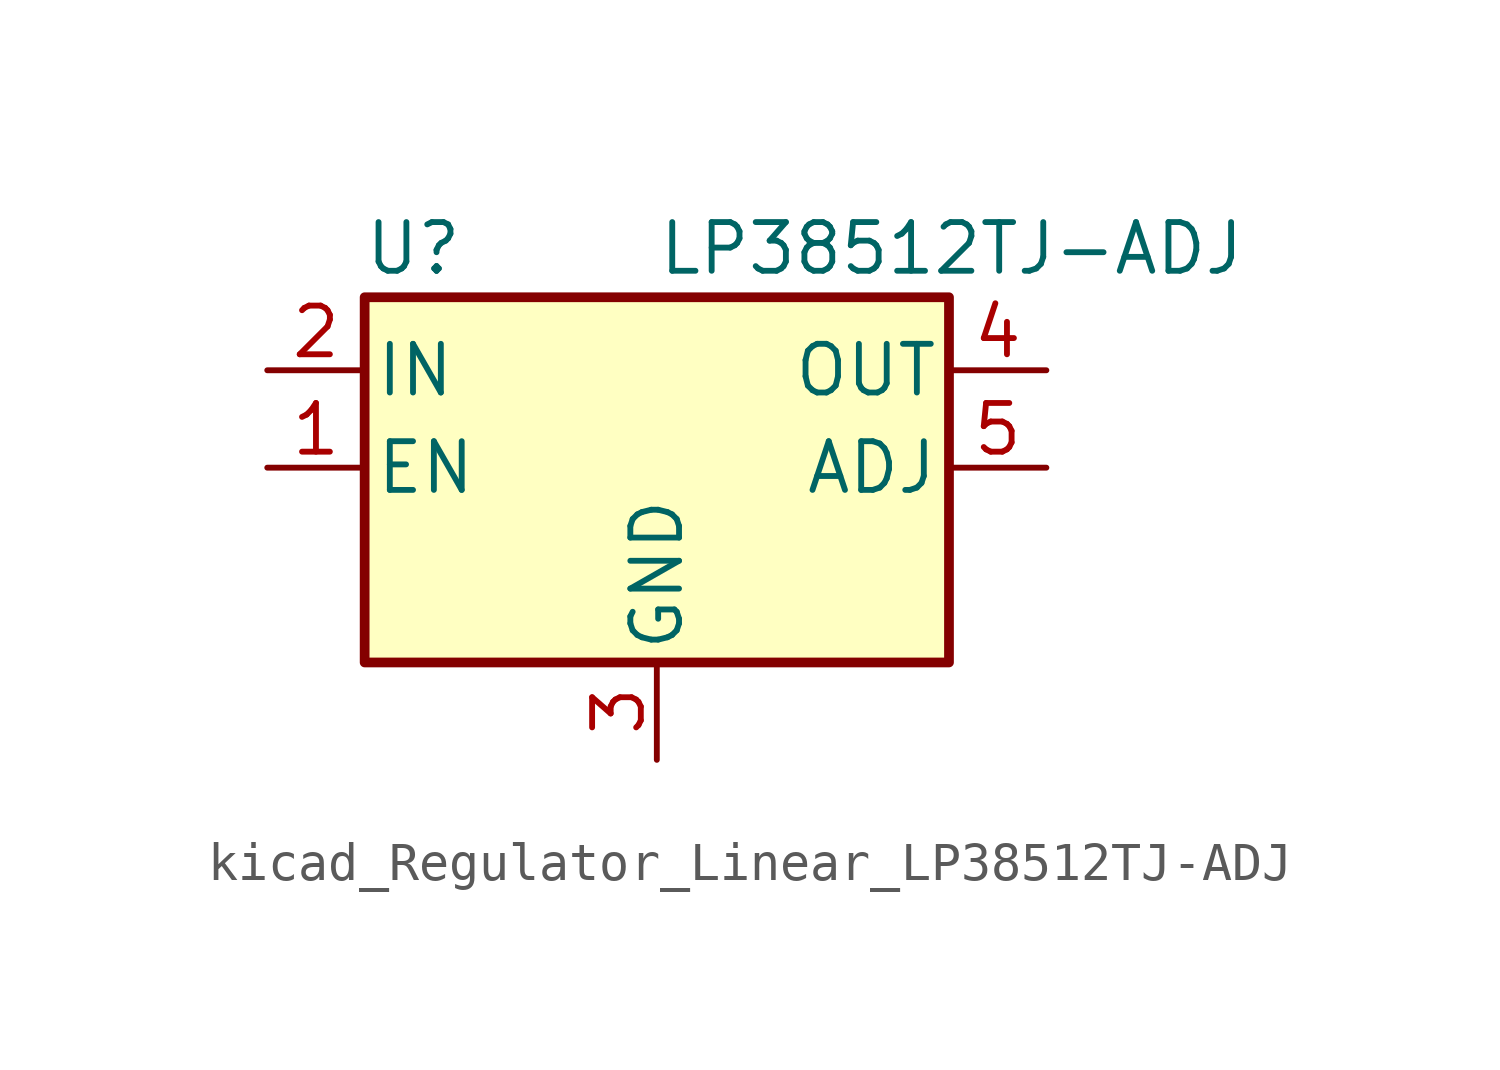
<source format=kicad_sym>
(kicad_symbol_lib
  (version 20220914)
  (generator kicad_symbol_editor)
  (symbol "kicad_Regulator_Linear_LP38512TJ-ADJ"
    (pin_names
      (offset 0.254))
    (property "Reference" "U"
      (at -6.35 5.715 0)
      (effects (font (size 1.27 1.27))))
    (property "Value" "LP38512TJ-ADJ"
      (at 0 5.715 0)
      (effects (font (size 1.27 1.27)) (justify left)))
    (symbol "kicad_Regulator_Linear_LP38512TJ-ADJ_0_1"
      (rectangle (start -7.62 -5.08) (end 7.62 4.445) (stroke (width 0.254) (type default)) (fill (type background))))
    (symbol "kicad_Regulator_Linear_LP38512TJ-ADJ_1_1"
      (pin input line (at -10.16 0 0) (length 2.54) (name "EN" (effects (font (size 1.27 1.27)))) (number "1" (effects (font (size 1.27 1.27)))))
      (pin power_in line (at -10.16 2.54 0) (length 2.54) (name "IN" (effects (font (size 1.27 1.27)))) (number "2" (effects (font (size 1.27 1.27)))))
      (pin power_in line (at 0 -7.62 90) (length 2.54) (name "GND" (effects (font (size 1.27 1.27)))) (number "3" (effects (font (size 1.27 1.27)))))
      (pin power_out line (at 10.16 2.54 180) (length 2.54) (name "OUT" (effects (font (size 1.27 1.27)))) (number "4" (effects (font (size 1.27 1.27)))))
      (pin input line (at 10.16 0 180) (length 2.54) (name "ADJ" (effects (font (size 1.27 1.27)))) (number "5" (effects (font (size 1.27 1.27)))))
      (pin passive line (at 0 -7.62 90) (length 2.54) hide (name "GND" (effects (font (size 1.27 1.27)))) (number "6" (effects (font (size 1.27 1.27))))))))
</source>
